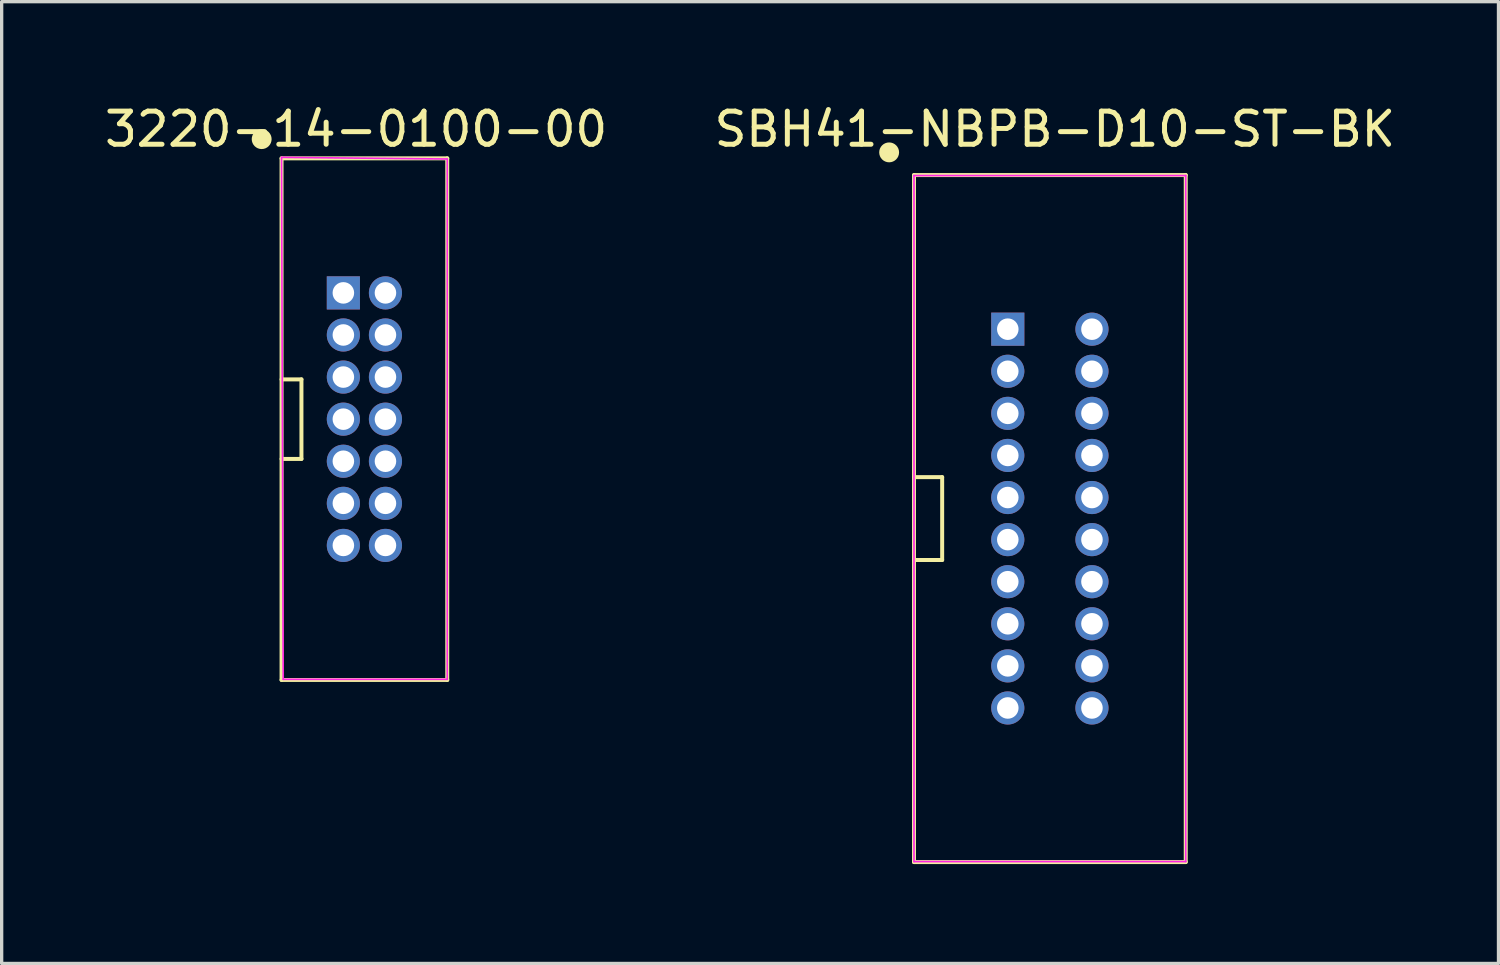
<source format=kicad_pcb>
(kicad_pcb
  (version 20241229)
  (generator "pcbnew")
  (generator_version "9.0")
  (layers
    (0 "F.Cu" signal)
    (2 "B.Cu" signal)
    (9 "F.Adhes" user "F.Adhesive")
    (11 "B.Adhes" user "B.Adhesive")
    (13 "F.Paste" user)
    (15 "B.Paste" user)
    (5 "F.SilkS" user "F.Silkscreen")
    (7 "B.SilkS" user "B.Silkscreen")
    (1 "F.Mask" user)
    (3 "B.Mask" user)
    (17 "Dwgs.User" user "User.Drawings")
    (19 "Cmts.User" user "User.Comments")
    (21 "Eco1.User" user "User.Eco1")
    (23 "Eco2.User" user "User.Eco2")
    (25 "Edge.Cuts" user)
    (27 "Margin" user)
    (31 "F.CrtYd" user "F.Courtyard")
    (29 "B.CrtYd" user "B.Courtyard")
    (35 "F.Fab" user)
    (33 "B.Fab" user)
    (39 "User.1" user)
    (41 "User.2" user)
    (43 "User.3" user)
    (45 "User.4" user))
  (footprint "3220-14-0100-00"
    (layer "F.Cu")
    (at 7.946 9.598)
    (property "Reference" "3220-14-0100-00" (at -0.25 -8.75 0) (layer "F.SilkS") (effects (font (size 1 1) (thickness 0.15))))
    (attr through_hole)
    (fp_line (start -2.5 -7.87) (end -2.5 7.87) (stroke (width 0.12) (type solid)) (layer "F.SilkS"))
    (fp_line (start -2.5 -7.87) (end 2.5 -7.87) (stroke (width 0.12) (type solid)) (layer "F.SilkS"))
    (fp_line (start -2.5 7.87) (end 2.5 7.87) (stroke (width 0.12) (type solid)) (layer "F.SilkS"))
    (fp_line (start -1.9 -1.2) (end -2.5 -1.2) (stroke (width 0.12) (type solid)) (layer "F.SilkS"))
    (fp_line (start -1.9 -1.2) (end -1.9 1.2) (stroke (width 0.12) (type solid)) (layer "F.SilkS"))
    (fp_line (start -1.9 1.2) (end -2.5 1.2) (stroke (width 0.12) (type solid)) (layer "F.SilkS"))
    (fp_line (start 2.5 -7.87) (end 2.5 7.87) (stroke (width 0.12) (type solid)) (layer "F.SilkS"))
    (fp_circle (center -3.1 -8.45) (end -2.95 -8.45) (stroke (width 0.3) (type solid)) (fill no) (layer "F.SilkS"))
    (fp_line (start -2.5 -7.9) (end -2.45 7.85) (stroke (width 0.05) (type solid)) (layer "F.CrtYd"))
    (fp_line (start -2.45 7.85) (end 2.5 7.85) (stroke (width 0.05) (type solid)) (layer "F.CrtYd"))
    (fp_line (start 2.5 -7.85) (end -2.5 -7.9) (stroke (width 0.05) (type solid)) (layer "F.CrtYd"))
    (fp_line (start 2.5 7.85) (end 2.5 -7.85) (stroke (width 0.05) (type solid)) (layer "F.CrtYd"))
    (pad "1" thru_hole rect (at -0.635 -3.81) (size 1 1) (drill 0.65) (layers "*.Cu" "*.Mask"))
    (pad "2" thru_hole oval (at 0.635 -3.81) (size 1 1) (drill 0.65) (layers "*.Cu" "*.Mask"))
    (pad "3" thru_hole oval (at -0.635 -2.54) (size 1 1) (drill 0.65) (layers "*.Cu" "*.Mask"))
    (pad "4" thru_hole oval (at 0.635 -2.54) (size 1 1) (drill 0.65) (layers "*.Cu" "*.Mask"))
    (pad "5" thru_hole oval (at -0.635 -1.27) (size 1 1) (drill 0.65) (layers "*.Cu" "*.Mask"))
    (pad "6" thru_hole oval (at 0.635 -1.27) (size 1 1) (drill 0.65) (layers "*.Cu" "*.Mask"))
    (pad "7" thru_hole oval (at -0.635 0) (size 1 1) (drill 0.65) (layers "*.Cu" "*.Mask"))
    (pad "8" thru_hole oval (at 0.635 0) (size 1 1) (drill 0.65) (layers "*.Cu" "*.Mask"))
    (pad "9" thru_hole oval (at -0.635 1.27) (size 1 1) (drill 0.65) (layers "*.Cu" "*.Mask"))
    (pad "10" thru_hole oval (at 0.635 1.27) (size 1 1) (drill 0.65) (layers "*.Cu" "*.Mask"))
    (pad "11" thru_hole oval (at -0.635 2.54) (size 1 1) (drill 0.65) (layers "*.Cu" "*.Mask"))
    (pad "12" thru_hole oval (at 0.635 2.54) (size 1 1) (drill 0.65) (layers "*.Cu" "*.Mask"))
    (pad "13" thru_hole oval (at -0.635 3.81) (size 1 1) (drill 0.65) (layers "*.Cu" "*.Mask"))
    (pad "14" thru_hole oval (at 0.635 3.81) (size 1 1) (drill 0.65) (layers "*.Cu" "*.Mask")))
  (footprint "SBH41-NBPB-D10-ST-BK"
    (layer "F.Cu")
    (at 28.63 12.598)
    (property "Reference" "SBH41-NBPB-D10-ST-BK" (at 0.15 -11.75 0) (layer "F.SilkS") (effects (font (size 1 1) (thickness 0.15))))
    (attr through_hole)
    (fp_line (start -4.1 -10.365) (end -4.1 10.365) (stroke (width 0.12) (type solid)) (layer "F.SilkS"))
    (fp_line (start -4.1 -10.365) (end 4.1 -10.365) (stroke (width 0.12) (type solid)) (layer "F.SilkS"))
    (fp_line (start -4.1 10.365) (end 4.1 10.365) (stroke (width 0.12) (type solid)) (layer "F.SilkS"))
    (fp_line (start -3.25 -1.25) (end -4.1 -1.25) (stroke (width 0.12) (type solid)) (layer "F.SilkS"))
    (fp_line (start -3.25 -1.25) (end -3.25 1.25) (stroke (width 0.12) (type solid)) (layer "F.SilkS"))
    (fp_line (start -3.25 1.25) (end -4.1 1.25) (stroke (width 0.12) (type solid)) (layer "F.SilkS"))
    (fp_line (start 4.1 -10.365) (end 4.1 10.365) (stroke (width 0.12) (type solid)) (layer "F.SilkS"))
    (fp_circle (center -4.85 -11.05) (end -4.7 -11.05) (stroke (width 0.3) (type solid)) (fill no) (layer "F.SilkS"))
    (fp_line (start -4.1 -10.35) (end -4.1 10.35) (stroke (width 0.05) (type solid)) (layer "F.CrtYd"))
    (fp_line (start -4.1 10.35) (end 4.1 10.35) (stroke (width 0.05) (type solid)) (layer "F.CrtYd"))
    (fp_line (start 4.1 -10.35) (end -4.1 -10.35) (stroke (width 0.05) (type solid)) (layer "F.CrtYd"))
    (fp_line (start 4.1 10.35) (end 4.1 -10.35) (stroke (width 0.05) (type solid)) (layer "F.CrtYd"))
    (pad "1" thru_hole rect (at -1.27 -5.715) (size 1 1) (drill 0.65) (layers "*.Cu" "*.Mask"))
    (pad "2" thru_hole oval (at 1.27 -5.715) (size 1 1) (drill 0.65) (layers "*.Cu" "*.Mask"))
    (pad "3" thru_hole oval (at -1.27 -4.445) (size 1 1) (drill 0.65) (layers "*.Cu" "*.Mask"))
    (pad "4" thru_hole oval (at 1.27 -4.445) (size 1 1) (drill 0.65) (layers "*.Cu" "*.Mask"))
    (pad "5" thru_hole oval (at -1.27 -3.175) (size 1 1) (drill 0.65) (layers "*.Cu" "*.Mask"))
    (pad "6" thru_hole oval (at 1.27 -3.175) (size 1 1) (drill 0.65) (layers "*.Cu" "*.Mask"))
    (pad "7" thru_hole oval (at -1.27 -1.905) (size 1 1) (drill 0.65) (layers "*.Cu" "*.Mask"))
    (pad "8" thru_hole oval (at 1.27 -1.905) (size 1 1) (drill 0.65) (layers "*.Cu" "*.Mask"))
    (pad "9" thru_hole oval (at -1.27 -0.635) (size 1 1) (drill 0.65) (layers "*.Cu" "*.Mask"))
    (pad "10" thru_hole oval (at 1.27 -0.635) (size 1 1) (drill 0.65) (layers "*.Cu" "*.Mask"))
    (pad "11" thru_hole oval (at -1.27 0.635) (size 1 1) (drill 0.65) (layers "*.Cu" "*.Mask"))
    (pad "12" thru_hole oval (at 1.27 0.635) (size 1 1) (drill 0.65) (layers "*.Cu" "*.Mask"))
    (pad "13" thru_hole oval (at -1.27 1.905) (size 1 1) (drill 0.65) (layers "*.Cu" "*.Mask"))
    (pad "14" thru_hole oval (at 1.27 1.905) (size 1 1) (drill 0.65) (layers "*.Cu" "*.Mask"))
    (pad "15" thru_hole oval (at -1.27 3.175) (size 1 1) (drill 0.65) (layers "*.Cu" "*.Mask"))
    (pad "16" thru_hole oval (at 1.27 3.175) (size 1 1) (drill 0.65) (layers "*.Cu" "*.Mask"))
    (pad "17" thru_hole oval (at -1.27 4.445) (size 1 1) (drill 0.65) (layers "*.Cu" "*.Mask"))
    (pad "18" thru_hole oval (at 1.27 4.445) (size 1 1) (drill 0.65) (layers "*.Cu" "*.Mask"))
    (pad "19" thru_hole oval (at -1.27 5.715) (size 1 1) (drill 0.65) (layers "*.Cu" "*.Mask"))
    (pad "20" thru_hole oval (at 1.27 5.715) (size 1 1) (drill 0.65) (layers "*.Cu" "*.Mask")))
  (gr_rect
    (start -3 -3)
    (end 42.167 26.023)
    (stroke (width 0.1) (type default))
    (fill no)
    (layer "Edge.Cuts")))
</source>
